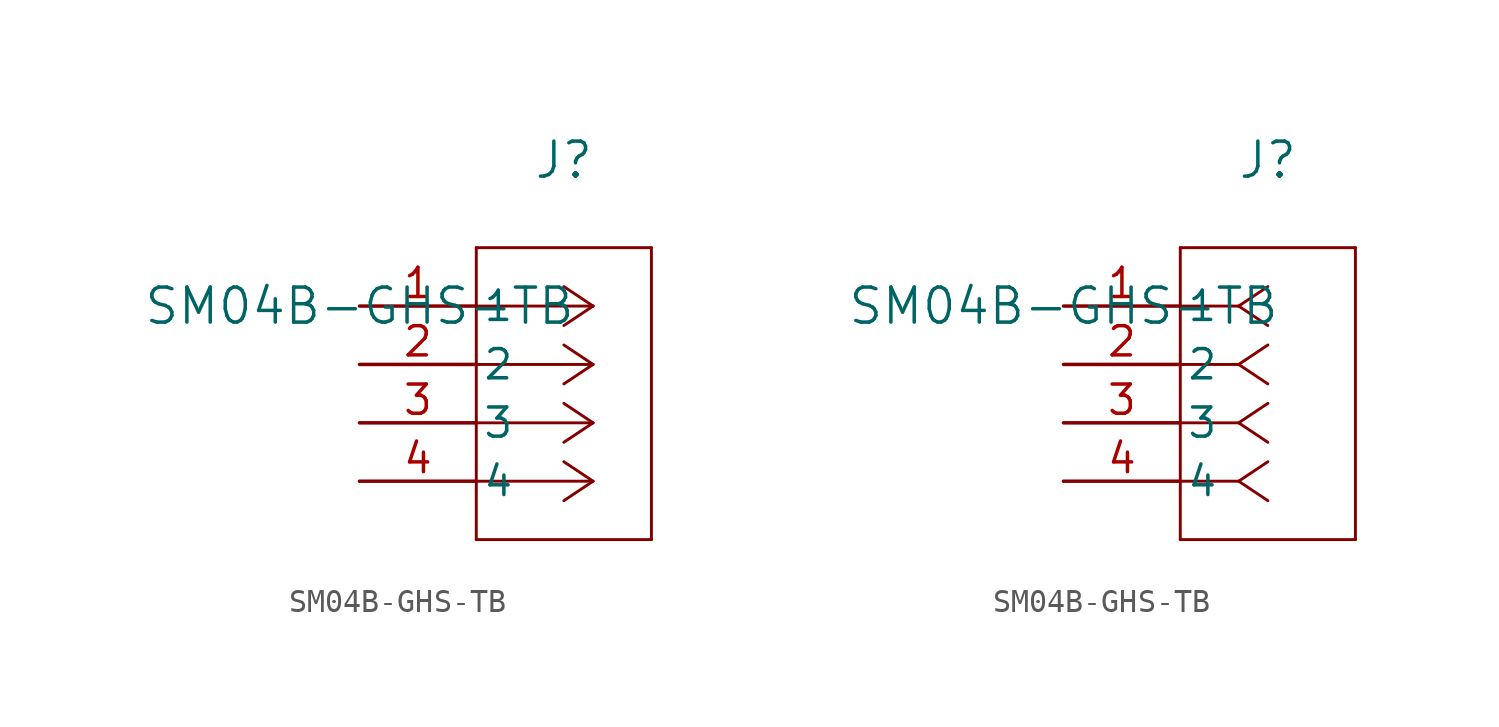
<source format=kicad_sym>
(kicad_symbol_lib
  (version 20220914)
  (generator kicad_symbol_editor)
  (symbol "SM04B-GHS-TB"
    (pin_names
      (offset 0.254))
    (property "Reference" "J"
      (at 8.89 6.35 0)
      (effects (font (size 1.524 1.524))))
    (property "Value" "SM04B-GHS-TB"
      (at 0 0 0)
      (effects (font (size 1.524 1.524))))
    (property "ki_locked" ""
      (at 0 0 0)
      (effects (font (size 1.27 1.27))))
    (symbol "SM04B-GHS-TB_1_1"
      (polyline (pts (xy 5.08 -10.16) (xy 12.7 -10.16)) (stroke (width 0.127) (type default)) (fill (type none)))
      (polyline (pts (xy 5.08 2.54) (xy 5.08 -10.16)) (stroke (width 0.127) (type default)) (fill (type none)))
      (polyline (pts (xy 10.16 -7.62) (xy 5.08 -7.62)) (stroke (width 0.127) (type default)) (fill (type none)))
      (polyline (pts (xy 10.16 -7.62) (xy 8.89 -8.467)) (stroke (width 0.127) (type default)) (fill (type none)))
      (polyline (pts (xy 10.16 -7.62) (xy 8.89 -6.773)) (stroke (width 0.127) (type default)) (fill (type none)))
      (polyline (pts (xy 10.16 -5.08) (xy 5.08 -5.08)) (stroke (width 0.127) (type default)) (fill (type none)))
      (polyline (pts (xy 10.16 -5.08) (xy 8.89 -5.927)) (stroke (width 0.127) (type default)) (fill (type none)))
      (polyline (pts (xy 10.16 -5.08) (xy 8.89 -4.233)) (stroke (width 0.127) (type default)) (fill (type none)))
      (polyline (pts (xy 10.16 -2.54) (xy 5.08 -2.54)) (stroke (width 0.127) (type default)) (fill (type none)))
      (polyline (pts (xy 10.16 -2.54) (xy 8.89 -3.387)) (stroke (width 0.127) (type default)) (fill (type none)))
      (polyline (pts (xy 10.16 -2.54) (xy 8.89 -1.693)) (stroke (width 0.127) (type default)) (fill (type none)))
      (polyline (pts (xy 10.16 0) (xy 5.08 0)) (stroke (width 0.127) (type default)) (fill (type none)))
      (polyline (pts (xy 10.16 0) (xy 8.89 -0.847)) (stroke (width 0.127) (type default)) (fill (type none)))
      (polyline (pts (xy 10.16 0) (xy 8.89 0.847)) (stroke (width 0.127) (type default)) (fill (type none)))
      (polyline (pts (xy 12.7 -10.16) (xy 12.7 2.54)) (stroke (width 0.127) (type default)) (fill (type none)))
      (polyline (pts (xy 12.7 2.54) (xy 5.08 2.54)) (stroke (width 0.127) (type default)) (fill (type none)))
      (pin unspecified line (at 0 0 0) (length 5.08) (name "1" (effects (font (size 1.27 1.27)))) (number "1" (effects (font (size 1.27 1.27)))))
      (pin unspecified line (at 0 -2.54 0) (length 5.08) (name "2" (effects (font (size 1.27 1.27)))) (number "2" (effects (font (size 1.27 1.27)))))
      (pin unspecified line (at 0 -5.08 0) (length 5.08) (name "3" (effects (font (size 1.27 1.27)))) (number "3" (effects (font (size 1.27 1.27)))))
      (pin unspecified line (at 0 -7.62 0) (length 5.08) (name "4" (effects (font (size 1.27 1.27)))) (number "4" (effects (font (size 1.27 1.27))))))
    (symbol "SM04B-GHS-TB_1_2"
      (polyline (pts (xy 5.08 -10.16) (xy 12.7 -10.16)) (stroke (width 0.127) (type default)) (fill (type none)))
      (polyline (pts (xy 5.08 2.54) (xy 5.08 -10.16)) (stroke (width 0.127) (type default)) (fill (type none)))
      (polyline (pts (xy 7.62 -7.62) (xy 5.08 -7.62)) (stroke (width 0.127) (type default)) (fill (type none)))
      (polyline (pts (xy 7.62 -7.62) (xy 8.89 -8.467)) (stroke (width 0.127) (type default)) (fill (type none)))
      (polyline (pts (xy 7.62 -7.62) (xy 8.89 -6.773)) (stroke (width 0.127) (type default)) (fill (type none)))
      (polyline (pts (xy 7.62 -5.08) (xy 5.08 -5.08)) (stroke (width 0.127) (type default)) (fill (type none)))
      (polyline (pts (xy 7.62 -5.08) (xy 8.89 -5.927)) (stroke (width 0.127) (type default)) (fill (type none)))
      (polyline (pts (xy 7.62 -5.08) (xy 8.89 -4.233)) (stroke (width 0.127) (type default)) (fill (type none)))
      (polyline (pts (xy 7.62 -2.54) (xy 5.08 -2.54)) (stroke (width 0.127) (type default)) (fill (type none)))
      (polyline (pts (xy 7.62 -2.54) (xy 8.89 -3.387)) (stroke (width 0.127) (type default)) (fill (type none)))
      (polyline (pts (xy 7.62 -2.54) (xy 8.89 -1.693)) (stroke (width 0.127) (type default)) (fill (type none)))
      (polyline (pts (xy 7.62 0) (xy 5.08 0)) (stroke (width 0.127) (type default)) (fill (type none)))
      (polyline (pts (xy 7.62 0) (xy 8.89 -0.847)) (stroke (width 0.127) (type default)) (fill (type none)))
      (polyline (pts (xy 7.62 0) (xy 8.89 0.847)) (stroke (width 0.127) (type default)) (fill (type none)))
      (polyline (pts (xy 12.7 -10.16) (xy 12.7 2.54)) (stroke (width 0.127) (type default)) (fill (type none)))
      (polyline (pts (xy 12.7 2.54) (xy 5.08 2.54)) (stroke (width 0.127) (type default)) (fill (type none)))
      (pin unspecified line (at 0 0 0) (length 5.08) (name "1" (effects (font (size 1.27 1.27)))) (number "1" (effects (font (size 1.27 1.27)))))
      (pin unspecified line (at 0 -2.54 0) (length 5.08) (name "2" (effects (font (size 1.27 1.27)))) (number "2" (effects (font (size 1.27 1.27)))))
      (pin unspecified line (at 0 -5.08 0) (length 5.08) (name "3" (effects (font (size 1.27 1.27)))) (number "3" (effects (font (size 1.27 1.27)))))
      (pin unspecified line (at 0 -7.62 0) (length 5.08) (name "4" (effects (font (size 1.27 1.27)))) (number "4" (effects (font (size 1.27 1.27))))))))
</source>
